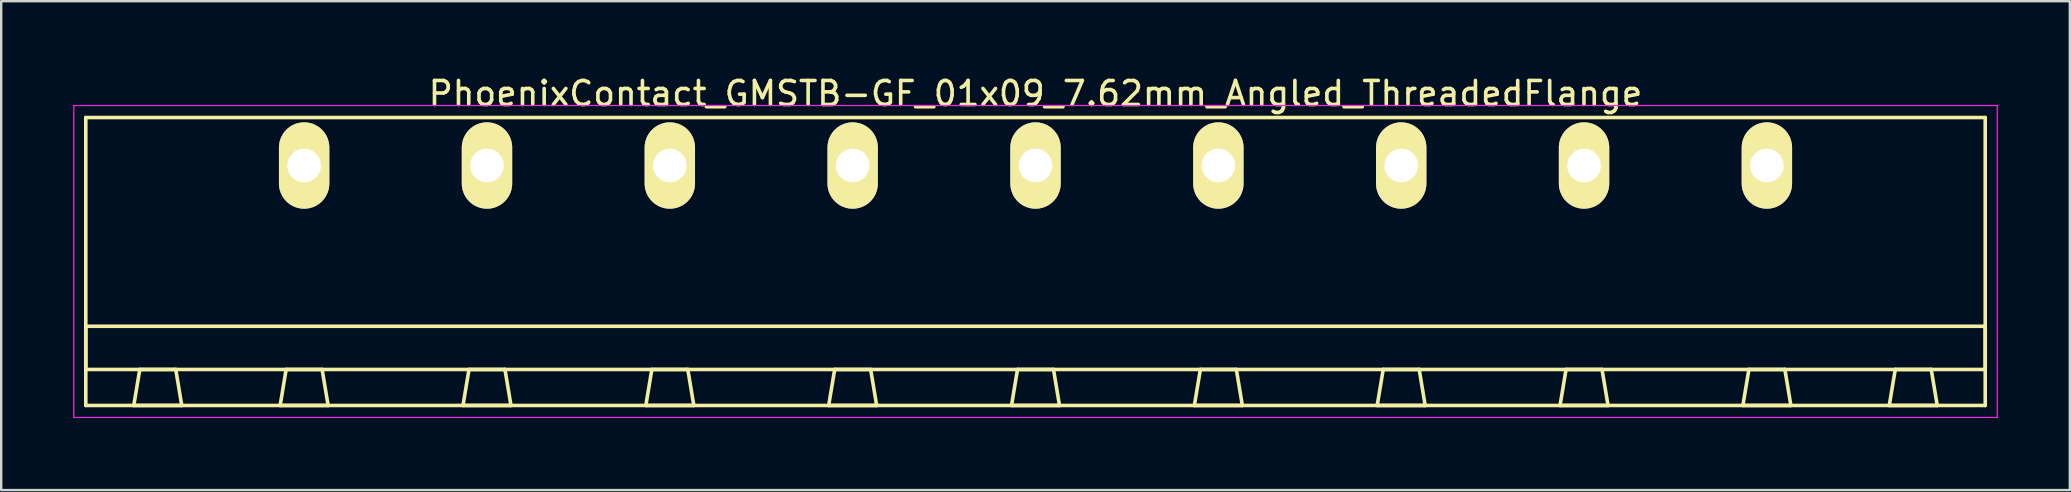
<source format=kicad_pcb>
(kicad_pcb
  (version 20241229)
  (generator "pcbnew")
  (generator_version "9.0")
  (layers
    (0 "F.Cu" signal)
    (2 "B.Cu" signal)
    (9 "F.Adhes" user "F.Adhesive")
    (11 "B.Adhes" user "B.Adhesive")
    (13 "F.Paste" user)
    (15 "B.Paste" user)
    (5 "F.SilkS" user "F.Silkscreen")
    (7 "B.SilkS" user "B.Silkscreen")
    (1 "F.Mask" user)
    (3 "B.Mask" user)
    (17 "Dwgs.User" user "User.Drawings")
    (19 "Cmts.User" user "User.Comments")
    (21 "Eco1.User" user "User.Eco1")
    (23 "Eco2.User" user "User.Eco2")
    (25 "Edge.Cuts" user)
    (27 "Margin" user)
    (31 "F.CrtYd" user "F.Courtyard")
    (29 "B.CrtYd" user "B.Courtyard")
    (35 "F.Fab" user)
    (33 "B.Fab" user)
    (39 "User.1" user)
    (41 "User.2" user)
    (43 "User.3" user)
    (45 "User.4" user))
  (footprint "PhoenixContact_GMSTB-GF_01x09_7.62mm_Angled_ThreadedFlange"
    (layer "F.Cu")
    (at 9.625 3.848)
    (property "Reference" "PhoenixContact_GMSTB-GF_01x09_7.62mm_Angled_ThreadedFlange" (at 30.48 -3 0) (layer "F.SilkS") (effects (font (size 1 1) (thickness 0.15))))
    (attr through_hole)
    (fp_line (start -9.1 -2) (end -9.1 10) (stroke (width 0.15) (type solid)) (layer "F.SilkS"))
    (fp_line (start -9.1 6.7) (end 70.06 6.7) (stroke (width 0.15) (type solid)) (layer "F.SilkS"))
    (fp_line (start -9.1 8.5) (end -9.1 6.7) (stroke (width 0.15) (type solid)) (layer "F.SilkS"))
    (fp_line (start -9.1 10) (end 70.06 10) (stroke (width 0.15) (type solid)) (layer "F.SilkS"))
    (fp_line (start -7.1 10) (end -5.1 10) (stroke (width 0.15) (type solid)) (layer "F.SilkS"))
    (fp_line (start -6.85 8.5) (end -7.1 10) (stroke (width 0.15) (type solid)) (layer "F.SilkS"))
    (fp_line (start -5.35 8.5) (end -6.85 8.5) (stroke (width 0.15) (type solid)) (layer "F.SilkS"))
    (fp_line (start -5.1 10) (end -5.35 8.5) (stroke (width 0.15) (type solid)) (layer "F.SilkS"))
    (fp_line (start -1 10) (end 1 10) (stroke (width 0.15) (type solid)) (layer "F.SilkS"))
    (fp_line (start -0.75 8.5) (end -1 10) (stroke (width 0.15) (type solid)) (layer "F.SilkS"))
    (fp_line (start 0.75 8.5) (end -0.75 8.5) (stroke (width 0.15) (type solid)) (layer "F.SilkS"))
    (fp_line (start 1 10) (end 0.75 8.5) (stroke (width 0.15) (type solid)) (layer "F.SilkS"))
    (fp_line (start 6.62 10) (end 8.62 10) (stroke (width 0.15) (type solid)) (layer "F.SilkS"))
    (fp_line (start 6.87 8.5) (end 6.62 10) (stroke (width 0.15) (type solid)) (layer "F.SilkS"))
    (fp_line (start 8.37 8.5) (end 6.87 8.5) (stroke (width 0.15) (type solid)) (layer "F.SilkS"))
    (fp_line (start 8.62 10) (end 8.37 8.5) (stroke (width 0.15) (type solid)) (layer "F.SilkS"))
    (fp_line (start 14.24 10) (end 16.24 10) (stroke (width 0.15) (type solid)) (layer "F.SilkS"))
    (fp_line (start 14.49 8.5) (end 14.24 10) (stroke (width 0.15) (type solid)) (layer "F.SilkS"))
    (fp_line (start 15.99 8.5) (end 14.49 8.5) (stroke (width 0.15) (type solid)) (layer "F.SilkS"))
    (fp_line (start 16.24 10) (end 15.99 8.5) (stroke (width 0.15) (type solid)) (layer "F.SilkS"))
    (fp_line (start 21.86 10) (end 23.86 10) (stroke (width 0.15) (type solid)) (layer "F.SilkS"))
    (fp_line (start 22.11 8.5) (end 21.86 10) (stroke (width 0.15) (type solid)) (layer "F.SilkS"))
    (fp_line (start 23.61 8.5) (end 22.11 8.5) (stroke (width 0.15) (type solid)) (layer "F.SilkS"))
    (fp_line (start 23.86 10) (end 23.61 8.5) (stroke (width 0.15) (type solid)) (layer "F.SilkS"))
    (fp_line (start 29.48 10) (end 31.48 10) (stroke (width 0.15) (type solid)) (layer "F.SilkS"))
    (fp_line (start 29.73 8.5) (end 29.48 10) (stroke (width 0.15) (type solid)) (layer "F.SilkS"))
    (fp_line (start 31.23 8.5) (end 29.73 8.5) (stroke (width 0.15) (type solid)) (layer "F.SilkS"))
    (fp_line (start 31.48 10) (end 31.23 8.5) (stroke (width 0.15) (type solid)) (layer "F.SilkS"))
    (fp_line (start 37.1 10) (end 39.1 10) (stroke (width 0.15) (type solid)) (layer "F.SilkS"))
    (fp_line (start 37.35 8.5) (end 37.1 10) (stroke (width 0.15) (type solid)) (layer "F.SilkS"))
    (fp_line (start 38.85 8.5) (end 37.35 8.5) (stroke (width 0.15) (type solid)) (layer "F.SilkS"))
    (fp_line (start 39.1 10) (end 38.85 8.5) (stroke (width 0.15) (type solid)) (layer "F.SilkS"))
    (fp_line (start 44.72 10) (end 46.72 10) (stroke (width 0.15) (type solid)) (layer "F.SilkS"))
    (fp_line (start 44.97 8.5) (end 44.72 10) (stroke (width 0.15) (type solid)) (layer "F.SilkS"))
    (fp_line (start 46.47 8.5) (end 44.97 8.5) (stroke (width 0.15) (type solid)) (layer "F.SilkS"))
    (fp_line (start 46.72 10) (end 46.47 8.5) (stroke (width 0.15) (type solid)) (layer "F.SilkS"))
    (fp_line (start 52.34 10) (end 54.34 10) (stroke (width 0.15) (type solid)) (layer "F.SilkS"))
    (fp_line (start 52.59 8.5) (end 52.34 10) (stroke (width 0.15) (type solid)) (layer "F.SilkS"))
    (fp_line (start 54.09 8.5) (end 52.59 8.5) (stroke (width 0.15) (type solid)) (layer "F.SilkS"))
    (fp_line (start 54.34 10) (end 54.09 8.5) (stroke (width 0.15) (type solid)) (layer "F.SilkS"))
    (fp_line (start 59.96 10) (end 61.96 10) (stroke (width 0.15) (type solid)) (layer "F.SilkS"))
    (fp_line (start 60.21 8.5) (end 59.96 10) (stroke (width 0.15) (type solid)) (layer "F.SilkS"))
    (fp_line (start 61.71 8.5) (end 60.21 8.5) (stroke (width 0.15) (type solid)) (layer "F.SilkS"))
    (fp_line (start 61.96 10) (end 61.71 8.5) (stroke (width 0.15) (type solid)) (layer "F.SilkS"))
    (fp_line (start 66.06 10) (end 68.06 10) (stroke (width 0.15) (type solid)) (layer "F.SilkS"))
    (fp_line (start 66.31 8.5) (end 66.06 10) (stroke (width 0.15) (type solid)) (layer "F.SilkS"))
    (fp_line (start 67.81 8.5) (end 66.31 8.5) (stroke (width 0.15) (type solid)) (layer "F.SilkS"))
    (fp_line (start 68.06 10) (end 67.81 8.5) (stroke (width 0.15) (type solid)) (layer "F.SilkS"))
    (fp_line (start 70.06 -2) (end -9.1 -2) (stroke (width 0.15) (type solid)) (layer "F.SilkS"))
    (fp_line (start 70.06 6.7) (end 70.06 8.5) (stroke (width 0.15) (type solid)) (layer "F.SilkS"))
    (fp_line (start 70.06 8.5) (end -9.1 8.5) (stroke (width 0.15) (type solid)) (layer "F.SilkS"))
    (fp_line (start 70.06 10) (end 70.06 -2) (stroke (width 0.15) (type solid)) (layer "F.SilkS"))
    (fp_line (start -9.6 -2.5) (end -9.6 10.5) (stroke (width 0.05) (type solid)) (layer "F.CrtYd"))
    (fp_line (start -9.6 10.5) (end 70.56 10.5) (stroke (width 0.05) (type solid)) (layer "F.CrtYd"))
    (fp_line (start 70.56 -2.5) (end -9.6 -2.5) (stroke (width 0.05) (type solid)) (layer "F.CrtYd"))
    (fp_line (start 70.56 10.5) (end 70.56 -2.5) (stroke (width 0.05) (type solid)) (layer "F.CrtYd"))
    (pad "1" thru_hole oval (at 0 0) (size 2.1 3.6) (drill 1.4) (layers "*.Cu" "*.Mask" "F.SilkS"))
    (pad "2" thru_hole oval (at 7.62 0) (size 2.1 3.6) (drill 1.4) (layers "*.Cu" "*.Mask" "F.SilkS"))
    (pad "3" thru_hole oval (at 15.24 0) (size 2.1 3.6) (drill 1.4) (layers "*.Cu" "*.Mask" "F.SilkS"))
    (pad "4" thru_hole oval (at 22.86 0) (size 2.1 3.6) (drill 1.4) (layers "*.Cu" "*.Mask" "F.SilkS"))
    (pad "5" thru_hole oval (at 30.48 0) (size 2.1 3.6) (drill 1.4) (layers "*.Cu" "*.Mask" "F.SilkS"))
    (pad "6" thru_hole oval (at 38.1 0) (size 2.1 3.6) (drill 1.4) (layers "*.Cu" "*.Mask" "F.SilkS"))
    (pad "7" thru_hole oval (at 45.72 0) (size 2.1 3.6) (drill 1.4) (layers "*.Cu" "*.Mask" "F.SilkS"))
    (pad "8" thru_hole oval (at 53.34 0) (size 2.1 3.6) (drill 1.4) (layers "*.Cu" "*.Mask" "F.SilkS"))
    (pad "9" thru_hole oval (at 60.96 0) (size 2.1 3.6) (drill 1.4) (layers "*.Cu" "*.Mask" "F.SilkS")))
  (gr_rect
    (start -3 -3)
    (end 83.21 17.373)
    (stroke (width 0.1) (type default))
    (fill no)
    (layer "Edge.Cuts")))
</source>
